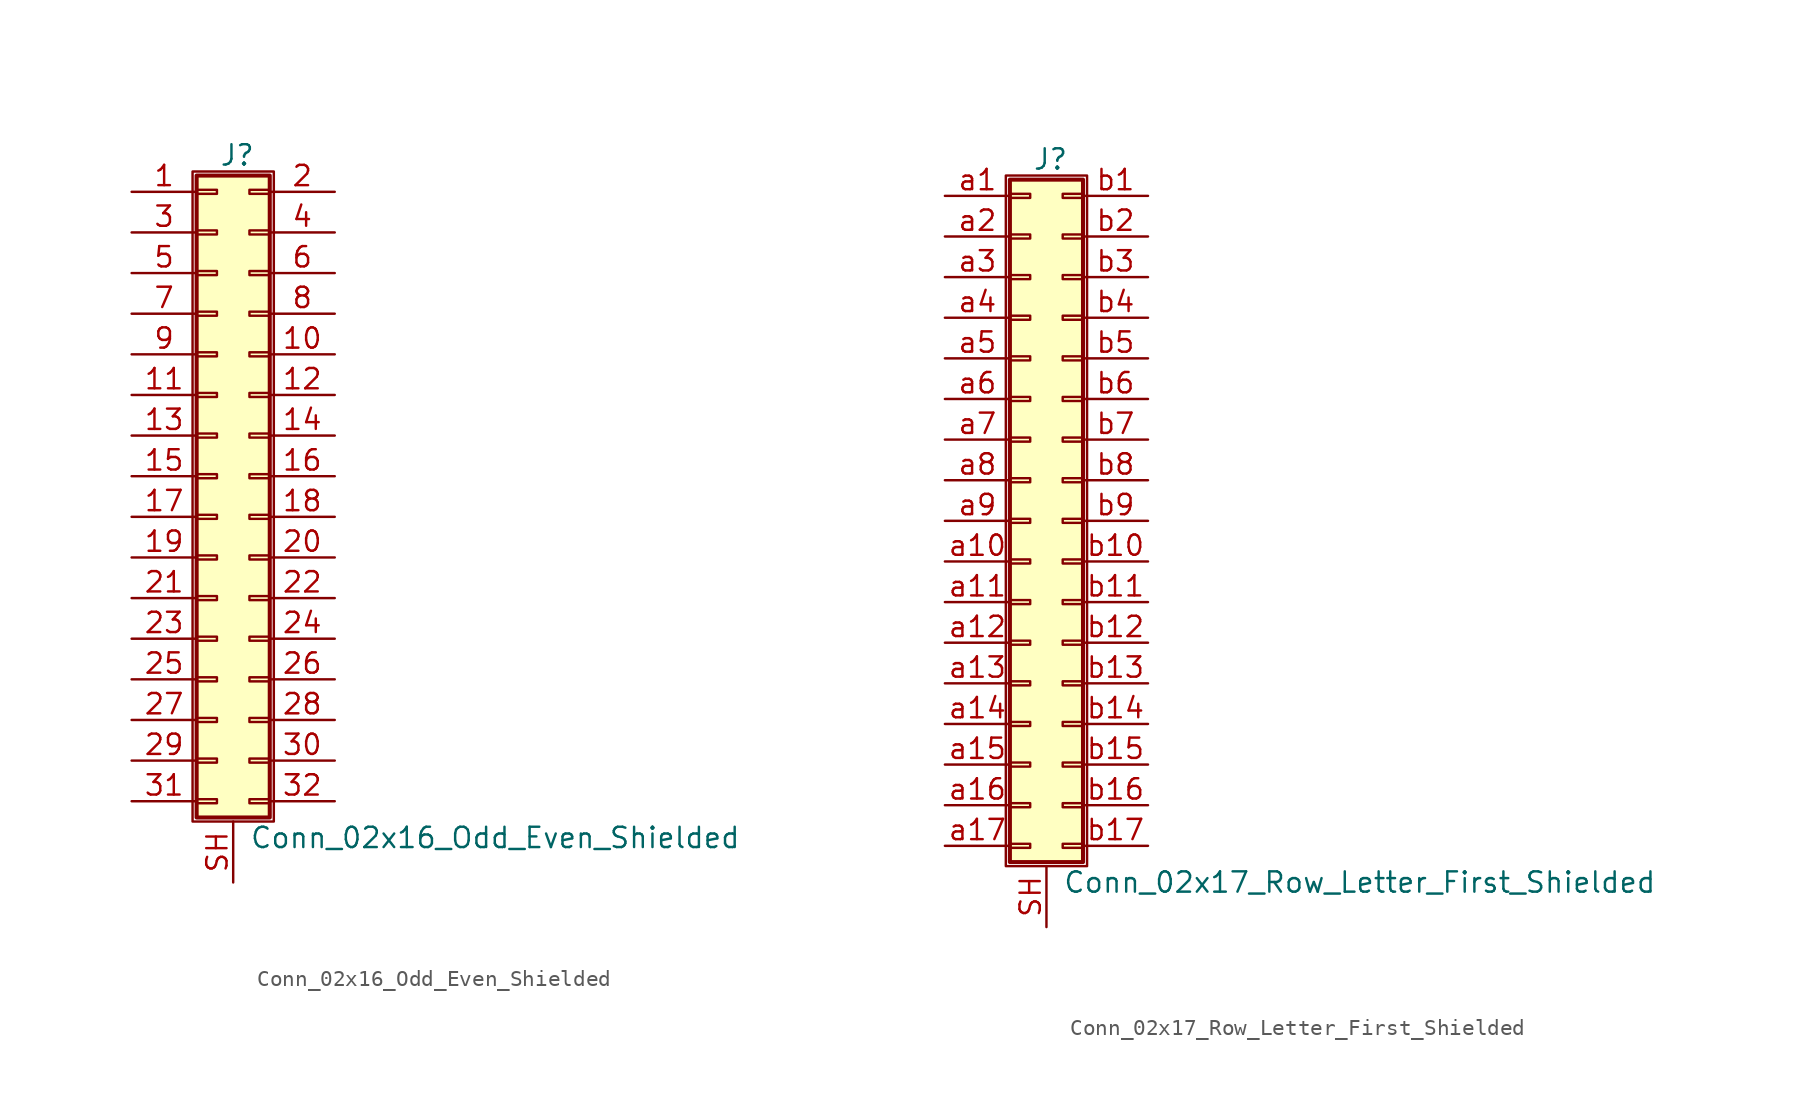
<source format=kicad_sym>
(kicad_symbol_lib
  (version 20201005)
  (generator kicad_symbol_editor)
  (symbol "Connector_Generic_Shielded:Conn_02x16_Odd_Even_Shielded"
    (pin_names
      (offset 1.016) hide)
    (property "Reference" "J"
      (at 1.524 20.066 0)
      (effects (font (size 1.27 1.27))))
    (property "Value" "Conn_02x16_Odd_Even_Shielded"
      (at 2.286 -22.606 0)
      (effects (font (size 1.27 1.27)) (justify left)))
    (symbol "Conn_02x16_Odd_Even_Shielded_1_1"
      (rectangle (start -1.016 -4.953) (end 0.254 -5.207) (stroke (width 0.152)) (fill (type none)))
      (rectangle (start -1.016 -7.493) (end 0.254 -7.747) (stroke (width 0.152)) (fill (type none)))
      (rectangle (start -1.016 -10.033) (end 0.254 -10.287) (stroke (width 0.152)) (fill (type none)))
      (rectangle (start -1.016 -12.573) (end 0.254 -12.827) (stroke (width 0.152)) (fill (type none)))
      (rectangle (start -1.016 -15.113) (end 0.254 -15.367) (stroke (width 0.152)) (fill (type none)))
      (rectangle (start -1.016 -17.653) (end 0.254 -17.907) (stroke (width 0.152)) (fill (type none)))
      (rectangle (start -1.016 -20.193) (end 0.254 -20.447) (stroke (width 0.152)) (fill (type none)))
      (rectangle (start -1.016 -2.413) (end 0.254 -2.667) (stroke (width 0.152)) (fill (type none)))
      (rectangle (start -1.016 2.667) (end 0.254 2.413) (stroke (width 0.152)) (fill (type none)))
      (rectangle (start -1.016 5.207) (end 0.254 4.953) (stroke (width 0.152)) (fill (type none)))
      (rectangle (start -1.016 7.747) (end 0.254 7.493) (stroke (width 0.152)) (fill (type none)))
      (rectangle (start -1.016 10.287) (end 0.254 10.033) (stroke (width 0.152)) (fill (type none)))
      (rectangle (start -1.016 0.127) (end 0.254 -0.127) (stroke (width 0.152)) (fill (type none)))
      (rectangle (start -1.016 12.827) (end 0.254 12.573) (stroke (width 0.152)) (fill (type none)))
      (rectangle (start -1.016 15.367) (end 0.254 15.113) (stroke (width 0.152)) (fill (type none)))
      (rectangle (start -1.016 17.907) (end 0.254 17.653) (stroke (width 0.152)) (fill (type none)))
      (rectangle (start -1.016 18.796) (end 3.556 -21.336) (stroke (width 0.254)) (fill (type background)))
      (rectangle (start -1.27 19.05) (end 3.81 -21.59) (stroke (width 0.152)) (fill (type none)))
      (rectangle (start 3.556 -4.953) (end 2.286 -5.207) (stroke (width 0.152)) (fill (type none)))
      (rectangle (start 3.556 -7.493) (end 2.286 -7.747) (stroke (width 0.152)) (fill (type none)))
      (rectangle (start 3.556 -10.033) (end 2.286 -10.287) (stroke (width 0.152)) (fill (type none)))
      (rectangle (start 3.556 -12.573) (end 2.286 -12.827) (stroke (width 0.152)) (fill (type none)))
      (rectangle (start 3.556 -15.113) (end 2.286 -15.367) (stroke (width 0.152)) (fill (type none)))
      (rectangle (start 3.556 -17.653) (end 2.286 -17.907) (stroke (width 0.152)) (fill (type none)))
      (rectangle (start 3.556 -20.193) (end 2.286 -20.447) (stroke (width 0.152)) (fill (type none)))
      (rectangle (start 3.556 -2.413) (end 2.286 -2.667) (stroke (width 0.152)) (fill (type none)))
      (rectangle (start 3.556 2.667) (end 2.286 2.413) (stroke (width 0.152)) (fill (type none)))
      (rectangle (start 3.556 5.207) (end 2.286 4.953) (stroke (width 0.152)) (fill (type none)))
      (rectangle (start 3.556 7.747) (end 2.286 7.493) (stroke (width 0.152)) (fill (type none)))
      (rectangle (start 3.556 10.287) (end 2.286 10.033) (stroke (width 0.152)) (fill (type none)))
      (rectangle (start 3.556 0.127) (end 2.286 -0.127) (stroke (width 0.152)) (fill (type none)))
      (rectangle (start 3.556 12.827) (end 2.286 12.573) (stroke (width 0.152)) (fill (type none)))
      (rectangle (start 3.556 15.367) (end 2.286 15.113) (stroke (width 0.152)) (fill (type none)))
      (rectangle (start 3.556 17.907) (end 2.286 17.653) (stroke (width 0.152)) (fill (type none)))
      (pin passive line (at -5.08 17.78 0) (length 4.064) (name "Pin_1" (effects (font (size 1.27 1.27)))) (number "1" (effects (font (size 1.27 1.27)))))
      (pin passive line (at 7.62 7.62 180) (length 4.064) (name "Pin_10" (effects (font (size 1.27 1.27)))) (number "10" (effects (font (size 1.27 1.27)))))
      (pin passive line (at -5.08 5.08 0) (length 4.064) (name "Pin_11" (effects (font (size 1.27 1.27)))) (number "11" (effects (font (size 1.27 1.27)))))
      (pin passive line (at 7.62 5.08 180) (length 4.064) (name "Pin_12" (effects (font (size 1.27 1.27)))) (number "12" (effects (font (size 1.27 1.27)))))
      (pin passive line (at -5.08 2.54 0) (length 4.064) (name "Pin_13" (effects (font (size 1.27 1.27)))) (number "13" (effects (font (size 1.27 1.27)))))
      (pin passive line (at 7.62 2.54 180) (length 4.064) (name "Pin_14" (effects (font (size 1.27 1.27)))) (number "14" (effects (font (size 1.27 1.27)))))
      (pin passive line (at -5.08 0 0) (length 4.064) (name "Pin_15" (effects (font (size 1.27 1.27)))) (number "15" (effects (font (size 1.27 1.27)))))
      (pin passive line (at 7.62 0 180) (length 4.064) (name "Pin_16" (effects (font (size 1.27 1.27)))) (number "16" (effects (font (size 1.27 1.27)))))
      (pin passive line (at -5.08 -2.54 0) (length 4.064) (name "Pin_17" (effects (font (size 1.27 1.27)))) (number "17" (effects (font (size 1.27 1.27)))))
      (pin passive line (at 7.62 -2.54 180) (length 4.064) (name "Pin_18" (effects (font (size 1.27 1.27)))) (number "18" (effects (font (size 1.27 1.27)))))
      (pin passive line (at -5.08 -5.08 0) (length 4.064) (name "Pin_19" (effects (font (size 1.27 1.27)))) (number "19" (effects (font (size 1.27 1.27)))))
      (pin passive line (at 7.62 17.78 180) (length 4.064) (name "Pin_2" (effects (font (size 1.27 1.27)))) (number "2" (effects (font (size 1.27 1.27)))))
      (pin passive line (at 7.62 -5.08 180) (length 4.064) (name "Pin_20" (effects (font (size 1.27 1.27)))) (number "20" (effects (font (size 1.27 1.27)))))
      (pin passive line (at -5.08 -7.62 0) (length 4.064) (name "Pin_21" (effects (font (size 1.27 1.27)))) (number "21" (effects (font (size 1.27 1.27)))))
      (pin passive line (at 7.62 -7.62 180) (length 4.064) (name "Pin_22" (effects (font (size 1.27 1.27)))) (number "22" (effects (font (size 1.27 1.27)))))
      (pin passive line (at -5.08 -10.16 0) (length 4.064) (name "Pin_23" (effects (font (size 1.27 1.27)))) (number "23" (effects (font (size 1.27 1.27)))))
      (pin passive line (at 7.62 -10.16 180) (length 4.064) (name "Pin_24" (effects (font (size 1.27 1.27)))) (number "24" (effects (font (size 1.27 1.27)))))
      (pin passive line (at -5.08 -12.7 0) (length 4.064) (name "Pin_25" (effects (font (size 1.27 1.27)))) (number "25" (effects (font (size 1.27 1.27)))))
      (pin passive line (at 7.62 -12.7 180) (length 4.064) (name "Pin_26" (effects (font (size 1.27 1.27)))) (number "26" (effects (font (size 1.27 1.27)))))
      (pin passive line (at -5.08 -15.24 0) (length 4.064) (name "Pin_27" (effects (font (size 1.27 1.27)))) (number "27" (effects (font (size 1.27 1.27)))))
      (pin passive line (at 7.62 -15.24 180) (length 4.064) (name "Pin_28" (effects (font (size 1.27 1.27)))) (number "28" (effects (font (size 1.27 1.27)))))
      (pin passive line (at -5.08 -17.78 0) (length 4.064) (name "Pin_29" (effects (font (size 1.27 1.27)))) (number "29" (effects (font (size 1.27 1.27)))))
      (pin passive line (at -5.08 15.24 0) (length 4.064) (name "Pin_3" (effects (font (size 1.27 1.27)))) (number "3" (effects (font (size 1.27 1.27)))))
      (pin passive line (at 7.62 -17.78 180) (length 4.064) (name "Pin_30" (effects (font (size 1.27 1.27)))) (number "30" (effects (font (size 1.27 1.27)))))
      (pin passive line (at -5.08 -20.32 0) (length 4.064) (name "Pin_31" (effects (font (size 1.27 1.27)))) (number "31" (effects (font (size 1.27 1.27)))))
      (pin passive line (at 7.62 -20.32 180) (length 4.064) (name "Pin_32" (effects (font (size 1.27 1.27)))) (number "32" (effects (font (size 1.27 1.27)))))
      (pin passive line (at 7.62 15.24 180) (length 4.064) (name "Pin_4" (effects (font (size 1.27 1.27)))) (number "4" (effects (font (size 1.27 1.27)))))
      (pin passive line (at -5.08 12.7 0) (length 4.064) (name "Pin_5" (effects (font (size 1.27 1.27)))) (number "5" (effects (font (size 1.27 1.27)))))
      (pin passive line (at 7.62 12.7 180) (length 4.064) (name "Pin_6" (effects (font (size 1.27 1.27)))) (number "6" (effects (font (size 1.27 1.27)))))
      (pin passive line (at -5.08 10.16 0) (length 4.064) (name "Pin_7" (effects (font (size 1.27 1.27)))) (number "7" (effects (font (size 1.27 1.27)))))
      (pin passive line (at 7.62 10.16 180) (length 4.064) (name "Pin_8" (effects (font (size 1.27 1.27)))) (number "8" (effects (font (size 1.27 1.27)))))
      (pin passive line (at -5.08 7.62 0) (length 4.064) (name "Pin_9" (effects (font (size 1.27 1.27)))) (number "9" (effects (font (size 1.27 1.27)))))
      (pin passive line (at 1.27 -25.4 90) (length 3.81) (name "Shield" (effects (font (size 1.27 1.27)))) (number "SH" (effects (font (size 1.27 1.27)))))))
  (symbol "Connector_Generic_Shielded:Conn_02x17_Row_Letter_First_Shielded"
    (pin_names
      (offset 1.016) hide)
    (property "Reference" "J"
      (at 1.524 22.606 0)
      (effects (font (size 1.27 1.27))))
    (property "Value" "Conn_02x17_Row_Letter_First_Shielded"
      (at 2.286 -22.606 0)
      (effects (font (size 1.27 1.27)) (justify left)))
    (symbol "Conn_02x17_Row_Letter_First_Shielded_1_1"
      (rectangle (start -1.016 -4.953) (end 0.254 -5.207) (stroke (width 0.152)) (fill (type none)))
      (rectangle (start -1.016 -7.493) (end 0.254 -7.747) (stroke (width 0.152)) (fill (type none)))
      (rectangle (start -1.016 -10.033) (end 0.254 -10.287) (stroke (width 0.152)) (fill (type none)))
      (rectangle (start -1.016 -12.573) (end 0.254 -12.827) (stroke (width 0.152)) (fill (type none)))
      (rectangle (start -1.016 -15.113) (end 0.254 -15.367) (stroke (width 0.152)) (fill (type none)))
      (rectangle (start -1.016 -17.653) (end 0.254 -17.907) (stroke (width 0.152)) (fill (type none)))
      (rectangle (start -1.016 -20.193) (end 0.254 -20.447) (stroke (width 0.152)) (fill (type none)))
      (rectangle (start -1.016 -2.413) (end 0.254 -2.667) (stroke (width 0.152)) (fill (type none)))
      (rectangle (start -1.016 2.667) (end 0.254 2.413) (stroke (width 0.152)) (fill (type none)))
      (rectangle (start -1.016 5.207) (end 0.254 4.953) (stroke (width 0.152)) (fill (type none)))
      (rectangle (start -1.016 7.747) (end 0.254 7.493) (stroke (width 0.152)) (fill (type none)))
      (rectangle (start -1.016 10.287) (end 0.254 10.033) (stroke (width 0.152)) (fill (type none)))
      (rectangle (start -1.016 0.127) (end 0.254 -0.127) (stroke (width 0.152)) (fill (type none)))
      (rectangle (start -1.016 12.827) (end 0.254 12.573) (stroke (width 0.152)) (fill (type none)))
      (rectangle (start -1.016 15.367) (end 0.254 15.113) (stroke (width 0.152)) (fill (type none)))
      (rectangle (start -1.016 17.907) (end 0.254 17.653) (stroke (width 0.152)) (fill (type none)))
      (rectangle (start -1.016 20.447) (end 0.254 20.193) (stroke (width 0.152)) (fill (type none)))
      (rectangle (start -1.016 21.336) (end 3.556 -21.336) (stroke (width 0.254)) (fill (type background)))
      (rectangle (start -1.27 21.59) (end 3.81 -21.59) (stroke (width 0.152)) (fill (type none)))
      (rectangle (start 3.556 -4.953) (end 2.286 -5.207) (stroke (width 0.152)) (fill (type none)))
      (rectangle (start 3.556 -7.493) (end 2.286 -7.747) (stroke (width 0.152)) (fill (type none)))
      (rectangle (start 3.556 -10.033) (end 2.286 -10.287) (stroke (width 0.152)) (fill (type none)))
      (rectangle (start 3.556 -12.573) (end 2.286 -12.827) (stroke (width 0.152)) (fill (type none)))
      (rectangle (start 3.556 -15.113) (end 2.286 -15.367) (stroke (width 0.152)) (fill (type none)))
      (rectangle (start 3.556 -17.653) (end 2.286 -17.907) (stroke (width 0.152)) (fill (type none)))
      (rectangle (start 3.556 -20.193) (end 2.286 -20.447) (stroke (width 0.152)) (fill (type none)))
      (rectangle (start 3.556 -2.413) (end 2.286 -2.667) (stroke (width 0.152)) (fill (type none)))
      (rectangle (start 3.556 2.667) (end 2.286 2.413) (stroke (width 0.152)) (fill (type none)))
      (rectangle (start 3.556 5.207) (end 2.286 4.953) (stroke (width 0.152)) (fill (type none)))
      (rectangle (start 3.556 7.747) (end 2.286 7.493) (stroke (width 0.152)) (fill (type none)))
      (rectangle (start 3.556 10.287) (end 2.286 10.033) (stroke (width 0.152)) (fill (type none)))
      (rectangle (start 3.556 0.127) (end 2.286 -0.127) (stroke (width 0.152)) (fill (type none)))
      (rectangle (start 3.556 12.827) (end 2.286 12.573) (stroke (width 0.152)) (fill (type none)))
      (rectangle (start 3.556 15.367) (end 2.286 15.113) (stroke (width 0.152)) (fill (type none)))
      (rectangle (start 3.556 17.907) (end 2.286 17.653) (stroke (width 0.152)) (fill (type none)))
      (rectangle (start 3.556 20.447) (end 2.286 20.193) (stroke (width 0.152)) (fill (type none)))
      (pin passive line (at -5.08 20.32 0) (length 4.064) (name "Pin_a1" (effects (font (size 1.27 1.27)))) (number "a1" (effects (font (size 1.27 1.27)))))
      (pin passive line (at -5.08 -2.54 0) (length 4.064) (name "Pin_a10" (effects (font (size 1.27 1.27)))) (number "a10" (effects (font (size 1.27 1.27)))))
      (pin passive line (at -5.08 -5.08 0) (length 4.064) (name "Pin_a11" (effects (font (size 1.27 1.27)))) (number "a11" (effects (font (size 1.27 1.27)))))
      (pin passive line (at -5.08 -7.62 0) (length 4.064) (name "Pin_a12" (effects (font (size 1.27 1.27)))) (number "a12" (effects (font (size 1.27 1.27)))))
      (pin passive line (at -5.08 -10.16 0) (length 4.064) (name "Pin_a13" (effects (font (size 1.27 1.27)))) (number "a13" (effects (font (size 1.27 1.27)))))
      (pin passive line (at -5.08 -12.7 0) (length 4.064) (name "Pin_a14" (effects (font (size 1.27 1.27)))) (number "a14" (effects (font (size 1.27 1.27)))))
      (pin passive line (at -5.08 -15.24 0) (length 4.064) (name "Pin_a15" (effects (font (size 1.27 1.27)))) (number "a15" (effects (font (size 1.27 1.27)))))
      (pin passive line (at -5.08 -17.78 0) (length 4.064) (name "Pin_a16" (effects (font (size 1.27 1.27)))) (number "a16" (effects (font (size 1.27 1.27)))))
      (pin passive line (at -5.08 -20.32 0) (length 4.064) (name "Pin_a17" (effects (font (size 1.27 1.27)))) (number "a17" (effects (font (size 1.27 1.27)))))
      (pin passive line (at -5.08 17.78 0) (length 4.064) (name "Pin_a2" (effects (font (size 1.27 1.27)))) (number "a2" (effects (font (size 1.27 1.27)))))
      (pin passive line (at -5.08 15.24 0) (length 4.064) (name "Pin_a3" (effects (font (size 1.27 1.27)))) (number "a3" (effects (font (size 1.27 1.27)))))
      (pin passive line (at -5.08 12.7 0) (length 4.064) (name "Pin_a4" (effects (font (size 1.27 1.27)))) (number "a4" (effects (font (size 1.27 1.27)))))
      (pin passive line (at -5.08 10.16 0) (length 4.064) (name "Pin_a5" (effects (font (size 1.27 1.27)))) (number "a5" (effects (font (size 1.27 1.27)))))
      (pin passive line (at -5.08 7.62 0) (length 4.064) (name "Pin_a6" (effects (font (size 1.27 1.27)))) (number "a6" (effects (font (size 1.27 1.27)))))
      (pin passive line (at -5.08 5.08 0) (length 4.064) (name "Pin_a7" (effects (font (size 1.27 1.27)))) (number "a7" (effects (font (size 1.27 1.27)))))
      (pin passive line (at -5.08 2.54 0) (length 4.064) (name "Pin_a8" (effects (font (size 1.27 1.27)))) (number "a8" (effects (font (size 1.27 1.27)))))
      (pin passive line (at -5.08 0 0) (length 4.064) (name "Pin_a9" (effects (font (size 1.27 1.27)))) (number "a9" (effects (font (size 1.27 1.27)))))
      (pin passive line (at 7.62 20.32 180) (length 4.064) (name "Pin_b1" (effects (font (size 1.27 1.27)))) (number "b1" (effects (font (size 1.27 1.27)))))
      (pin passive line (at 7.62 -2.54 180) (length 4.064) (name "Pin_b10" (effects (font (size 1.27 1.27)))) (number "b10" (effects (font (size 1.27 1.27)))))
      (pin passive line (at 7.62 -5.08 180) (length 4.064) (name "Pin_b11" (effects (font (size 1.27 1.27)))) (number "b11" (effects (font (size 1.27 1.27)))))
      (pin passive line (at 7.62 -7.62 180) (length 4.064) (name "Pin_b12" (effects (font (size 1.27 1.27)))) (number "b12" (effects (font (size 1.27 1.27)))))
      (pin passive line (at 7.62 -10.16 180) (length 4.064) (name "Pin_b13" (effects (font (size 1.27 1.27)))) (number "b13" (effects (font (size 1.27 1.27)))))
      (pin passive line (at 7.62 -12.7 180) (length 4.064) (name "Pin_b14" (effects (font (size 1.27 1.27)))) (number "b14" (effects (font (size 1.27 1.27)))))
      (pin passive line (at 7.62 -15.24 180) (length 4.064) (name "Pin_b15" (effects (font (size 1.27 1.27)))) (number "b15" (effects (font (size 1.27 1.27)))))
      (pin passive line (at 7.62 -17.78 180) (length 4.064) (name "Pin_b16" (effects (font (size 1.27 1.27)))) (number "b16" (effects (font (size 1.27 1.27)))))
      (pin passive line (at 7.62 -20.32 180) (length 4.064) (name "Pin_b17" (effects (font (size 1.27 1.27)))) (number "b17" (effects (font (size 1.27 1.27)))))
      (pin passive line (at 7.62 17.78 180) (length 4.064) (name "Pin_b2" (effects (font (size 1.27 1.27)))) (number "b2" (effects (font (size 1.27 1.27)))))
      (pin passive line (at 7.62 15.24 180) (length 4.064) (name "Pin_b3" (effects (font (size 1.27 1.27)))) (number "b3" (effects (font (size 1.27 1.27)))))
      (pin passive line (at 7.62 12.7 180) (length 4.064) (name "Pin_b4" (effects (font (size 1.27 1.27)))) (number "b4" (effects (font (size 1.27 1.27)))))
      (pin passive line (at 7.62 10.16 180) (length 4.064) (name "Pin_b5" (effects (font (size 1.27 1.27)))) (number "b5" (effects (font (size 1.27 1.27)))))
      (pin passive line (at 7.62 7.62 180) (length 4.064) (name "Pin_b6" (effects (font (size 1.27 1.27)))) (number "b6" (effects (font (size 1.27 1.27)))))
      (pin passive line (at 7.62 5.08 180) (length 4.064) (name "Pin_b7" (effects (font (size 1.27 1.27)))) (number "b7" (effects (font (size 1.27 1.27)))))
      (pin passive line (at 7.62 2.54 180) (length 4.064) (name "Pin_b8" (effects (font (size 1.27 1.27)))) (number "b8" (effects (font (size 1.27 1.27)))))
      (pin passive line (at 7.62 0 180) (length 4.064) (name "Pin_b9" (effects (font (size 1.27 1.27)))) (number "b9" (effects (font (size 1.27 1.27)))))
      (pin passive line (at 1.27 -25.4 90) (length 3.81) (name "Shield" (effects (font (size 1.27 1.27)))) (number "SH" (effects (font (size 1.27 1.27))))))))
</source>
